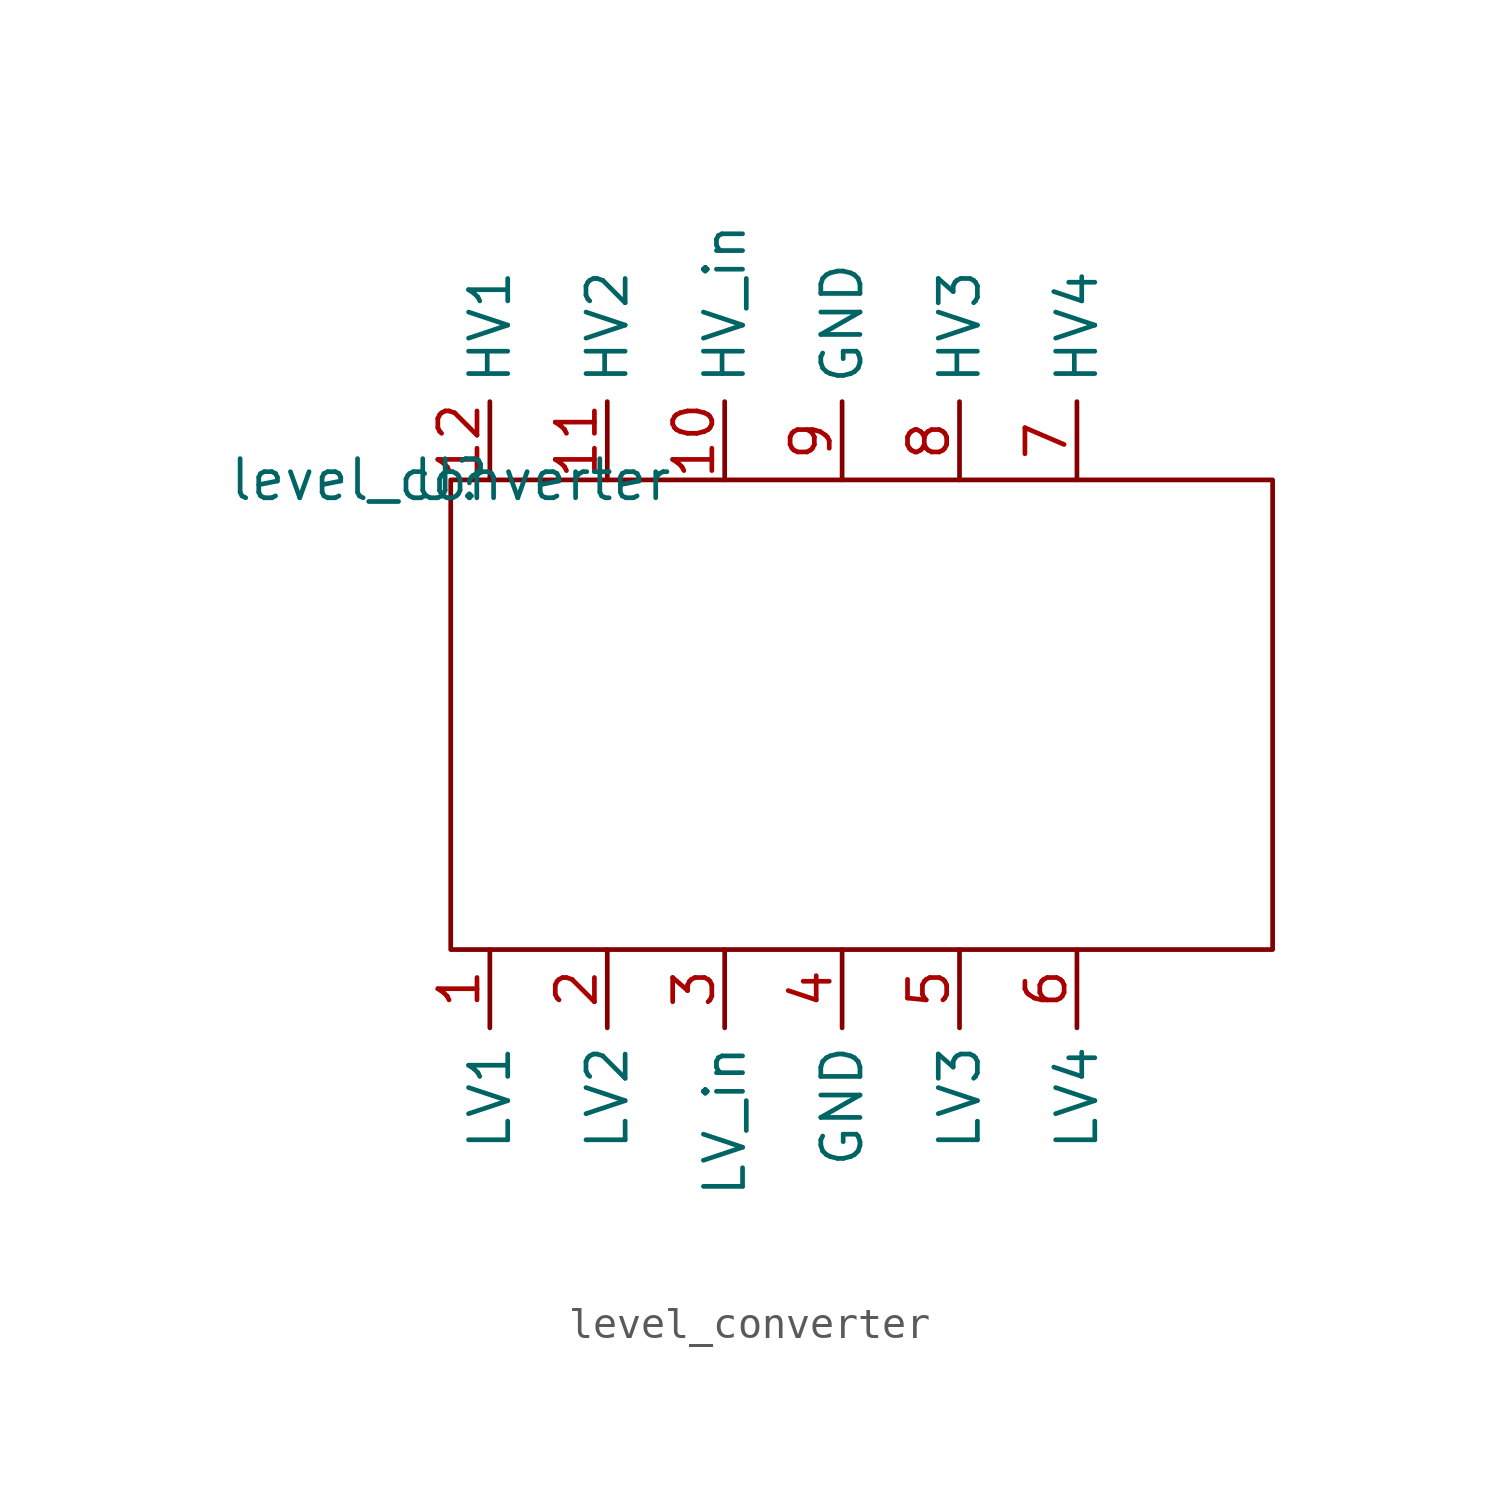
<source format=kicad_sym>
(kicad_symbol_lib
  (version 20211014)
  (generator kicad_symbol_editor)
  (symbol "level_converter"
    (property "Reference" "U"
      (at 0 0 0)
      (effects (font (size 1.27 1.27))))
    (property "Value" "level_converter"
      (at 0 0 0)
      (effects (font (size 1.27 1.27))))
    (symbol "level_converter_0_1"
      (rectangle (start 0 0) (end 26.67 -15.24) (stroke (width 0) (type default) (color 0 0 0 0)) (fill (type none))))
    (symbol "level_converter_1_1"
      (pin input line (at 1.27 -15.24 270) (length 2.54) (name "LV1" (effects (font (size 1.27 1.27)))) (number "1" (effects (font (size 1.27 1.27)))))
      (pin input line (at 8.89 0 90) (length 2.54) (name "HV_in" (effects (font (size 1.27 1.27)))) (number "10" (effects (font (size 1.27 1.27)))))
      (pin input line (at 5.08 0 90) (length 2.54) (name "HV2" (effects (font (size 1.27 1.27)))) (number "11" (effects (font (size 1.27 1.27)))))
      (pin input line (at 1.27 0 90) (length 2.54) (name "HV1" (effects (font (size 1.27 1.27)))) (number "12" (effects (font (size 1.27 1.27)))))
      (pin input line (at 5.08 -15.24 270) (length 2.54) (name "LV2" (effects (font (size 1.27 1.27)))) (number "2" (effects (font (size 1.27 1.27)))))
      (pin input line (at 8.89 -15.24 270) (length 2.54) (name "LV_in" (effects (font (size 1.27 1.27)))) (number "3" (effects (font (size 1.27 1.27)))))
      (pin input line (at 12.7 -15.24 270) (length 2.54) (name "GND" (effects (font (size 1.27 1.27)))) (number "4" (effects (font (size 1.27 1.27)))))
      (pin input line (at 16.51 -15.24 270) (length 2.54) (name "LV3" (effects (font (size 1.27 1.27)))) (number "5" (effects (font (size 1.27 1.27)))))
      (pin input line (at 20.32 -15.24 270) (length 2.54) (name "LV4" (effects (font (size 1.27 1.27)))) (number "6" (effects (font (size 1.27 1.27)))))
      (pin input line (at 20.32 0 90) (length 2.54) (name "HV4" (effects (font (size 1.27 1.27)))) (number "7" (effects (font (size 1.27 1.27)))))
      (pin input line (at 16.51 0 90) (length 2.54) (name "HV3" (effects (font (size 1.27 1.27)))) (number "8" (effects (font (size 1.27 1.27)))))
      (pin input line (at 12.7 0 90) (length 2.54) (name "GND" (effects (font (size 1.27 1.27)))) (number "9" (effects (font (size 1.27 1.27))))))))
</source>
